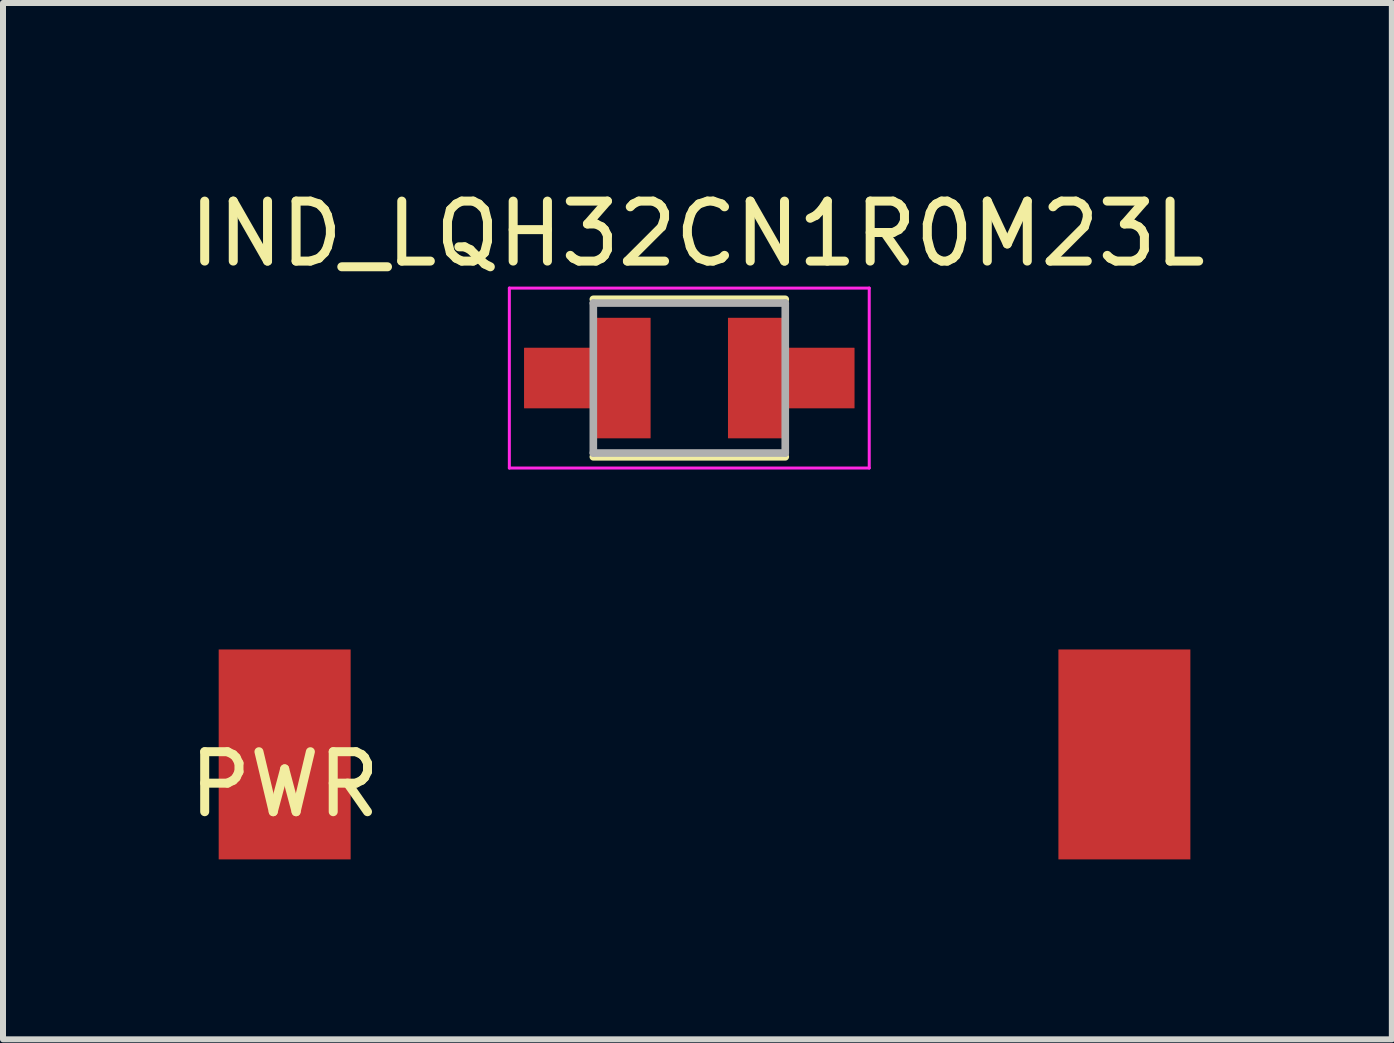
<source format=kicad_pcb>
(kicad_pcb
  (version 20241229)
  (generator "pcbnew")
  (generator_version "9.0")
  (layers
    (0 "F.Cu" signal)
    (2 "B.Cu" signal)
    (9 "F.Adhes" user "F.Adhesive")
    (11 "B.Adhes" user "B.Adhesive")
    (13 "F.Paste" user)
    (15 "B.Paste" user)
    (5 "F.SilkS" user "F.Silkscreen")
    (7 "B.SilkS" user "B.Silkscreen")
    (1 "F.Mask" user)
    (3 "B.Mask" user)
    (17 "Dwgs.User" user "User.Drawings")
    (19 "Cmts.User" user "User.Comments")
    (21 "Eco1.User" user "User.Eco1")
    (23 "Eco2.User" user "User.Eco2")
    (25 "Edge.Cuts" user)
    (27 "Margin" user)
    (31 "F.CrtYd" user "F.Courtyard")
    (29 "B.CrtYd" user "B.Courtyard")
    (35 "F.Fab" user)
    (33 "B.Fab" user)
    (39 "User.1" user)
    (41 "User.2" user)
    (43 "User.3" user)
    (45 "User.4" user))
  (footprint "IND_LQH32CN1R0M23L"
    (layer "F.Cu")
    (at 8.442 3.253)
    (property "Reference" "IND_LQH32CN1R0M23L" (at 0.135 -2.405 0) (layer "F.SilkS") (effects (font (size 1 1) (thickness 0.15))))
    (attr through_hole)
    (fp_poly (pts (xy -2.85 -0.6) (xy -1.75 -0.6) (xy -1.75 -1.1) (xy -0.55 -1.1) (xy -0.55 1.1) (xy -1.75 1.1) (xy -1.75 0.6) (xy -2.85 0.6)) (stroke (width 0.01) (type solid)) (fill yes) (layer "F.Mask"))
    (fp_poly (pts (xy 0.55 -1.1) (xy 1.75 -1.1) (xy 1.75 -0.6) (xy 2.85 -0.6) (xy 2.85 0.6) (xy 1.75 0.6) (xy 1.75 1.1) (xy 0.55 1.1)) (stroke (width 0.01) (type solid)) (fill yes) (layer "F.Mask"))
    (fp_line (start -1.6 -1.313) (end 1.6 -1.313) (stroke (width 0.127) (type solid)) (layer "F.SilkS"))
    (fp_line (start 1.6 1.313) (end -1.6 1.313) (stroke (width 0.127) (type solid)) (layer "F.SilkS"))
    (fp_poly (pts (xy -1.65 -1) (xy -0.65 -1) (xy -0.65 1) (xy -1.65 1) (xy -1.65 0.5) (xy -2.75 0.5) (xy -2.75 -0.5) (xy -1.65 -0.5)) (stroke (width 0.01) (type solid)) (fill yes) (layer "F.Paste"))
    (fp_poly (pts (xy 1.65 1) (xy 0.65 1) (xy 0.65 -1) (xy 1.65 -1) (xy 1.65 -0.5) (xy 2.75 -0.5) (xy 2.75 0.5) (xy 1.65 0.5)) (stroke (width 0.01) (type solid)) (fill yes) (layer "F.Paste"))
    (fp_line (start -3 -1.5) (end 3 -1.5) (stroke (width 0.05) (type solid)) (layer "F.CrtYd"))
    (fp_line (start -3 1.5) (end -3 -1.5) (stroke (width 0.05) (type solid)) (layer "F.CrtYd"))
    (fp_line (start 3 -1.5) (end 3 1.5) (stroke (width 0.05) (type solid)) (layer "F.CrtYd"))
    (fp_line (start 3 1.5) (end -3 1.5) (stroke (width 0.05) (type solid)) (layer "F.CrtYd"))
    (fp_line (start -1.6 -1.25) (end 1.6 -1.25) (stroke (width 0.127) (type solid)) (layer "F.Fab"))
    (fp_line (start -1.6 1.25) (end -1.6 -1.25) (stroke (width 0.127) (type solid)) (layer "F.Fab"))
    (fp_line (start 1.6 -1.25) (end 1.6 1.25) (stroke (width 0.127) (type solid)) (layer "F.Fab"))
    (fp_line (start 1.6 1.25) (end -1.6 1.25) (stroke (width 0.127) (type solid)) (layer "F.Fab"))
    (pad "1" smd custom (at -1.15 0) (size 1 2) (layers "F.Cu") (options (anchor rect)) (primitives (gr_poly (pts (xy -0.5 -1) (xy 0.5 -1) (xy 0.5 1) (xy -0.5 1) (xy -0.5 0.5) (xy -1.6 0.5) (xy -1.6 -0.5) (xy -0.5 -0.5)) (width 0.01) (fill yes))))
    (pad "2" smd custom (at 1.15 0) (size 1 2) (layers "F.Cu") (options (anchor rect)) (primitives (gr_poly (pts (xy 0.5 1) (xy -0.5 1) (xy -0.5 -1) (xy 0.5 -1) (xy 0.5 -0.5) (xy 1.6 -0.5) (xy 1.6 0.5) (xy 0.5 0.5)) (width 0.01) (fill yes)))))
  (footprint "PWR"
    (layer "F.Cu")
    (at 1.696 9.528)
    (property "Reference" "PWR" (at 0 0.5 0) (layer "F.SilkS") (effects (font (size 1 1) (thickness 0.15))))
    (attr through_hole)
    (pad "1" smd rect (at 0 0) (size 2.2 3.5) (layers "F.Cu" "F.Mask" "F.Paste"))
    (pad "2" smd rect (at 14 0) (size 2.2 3.5) (layers "F.Cu" "F.Mask" "F.Paste")))
  (gr_rect
    (start -3 -3)
    (end 20.155 14.278)
    (stroke (width 0.1) (type default))
    (fill no)
    (layer "Edge.Cuts")))
</source>
